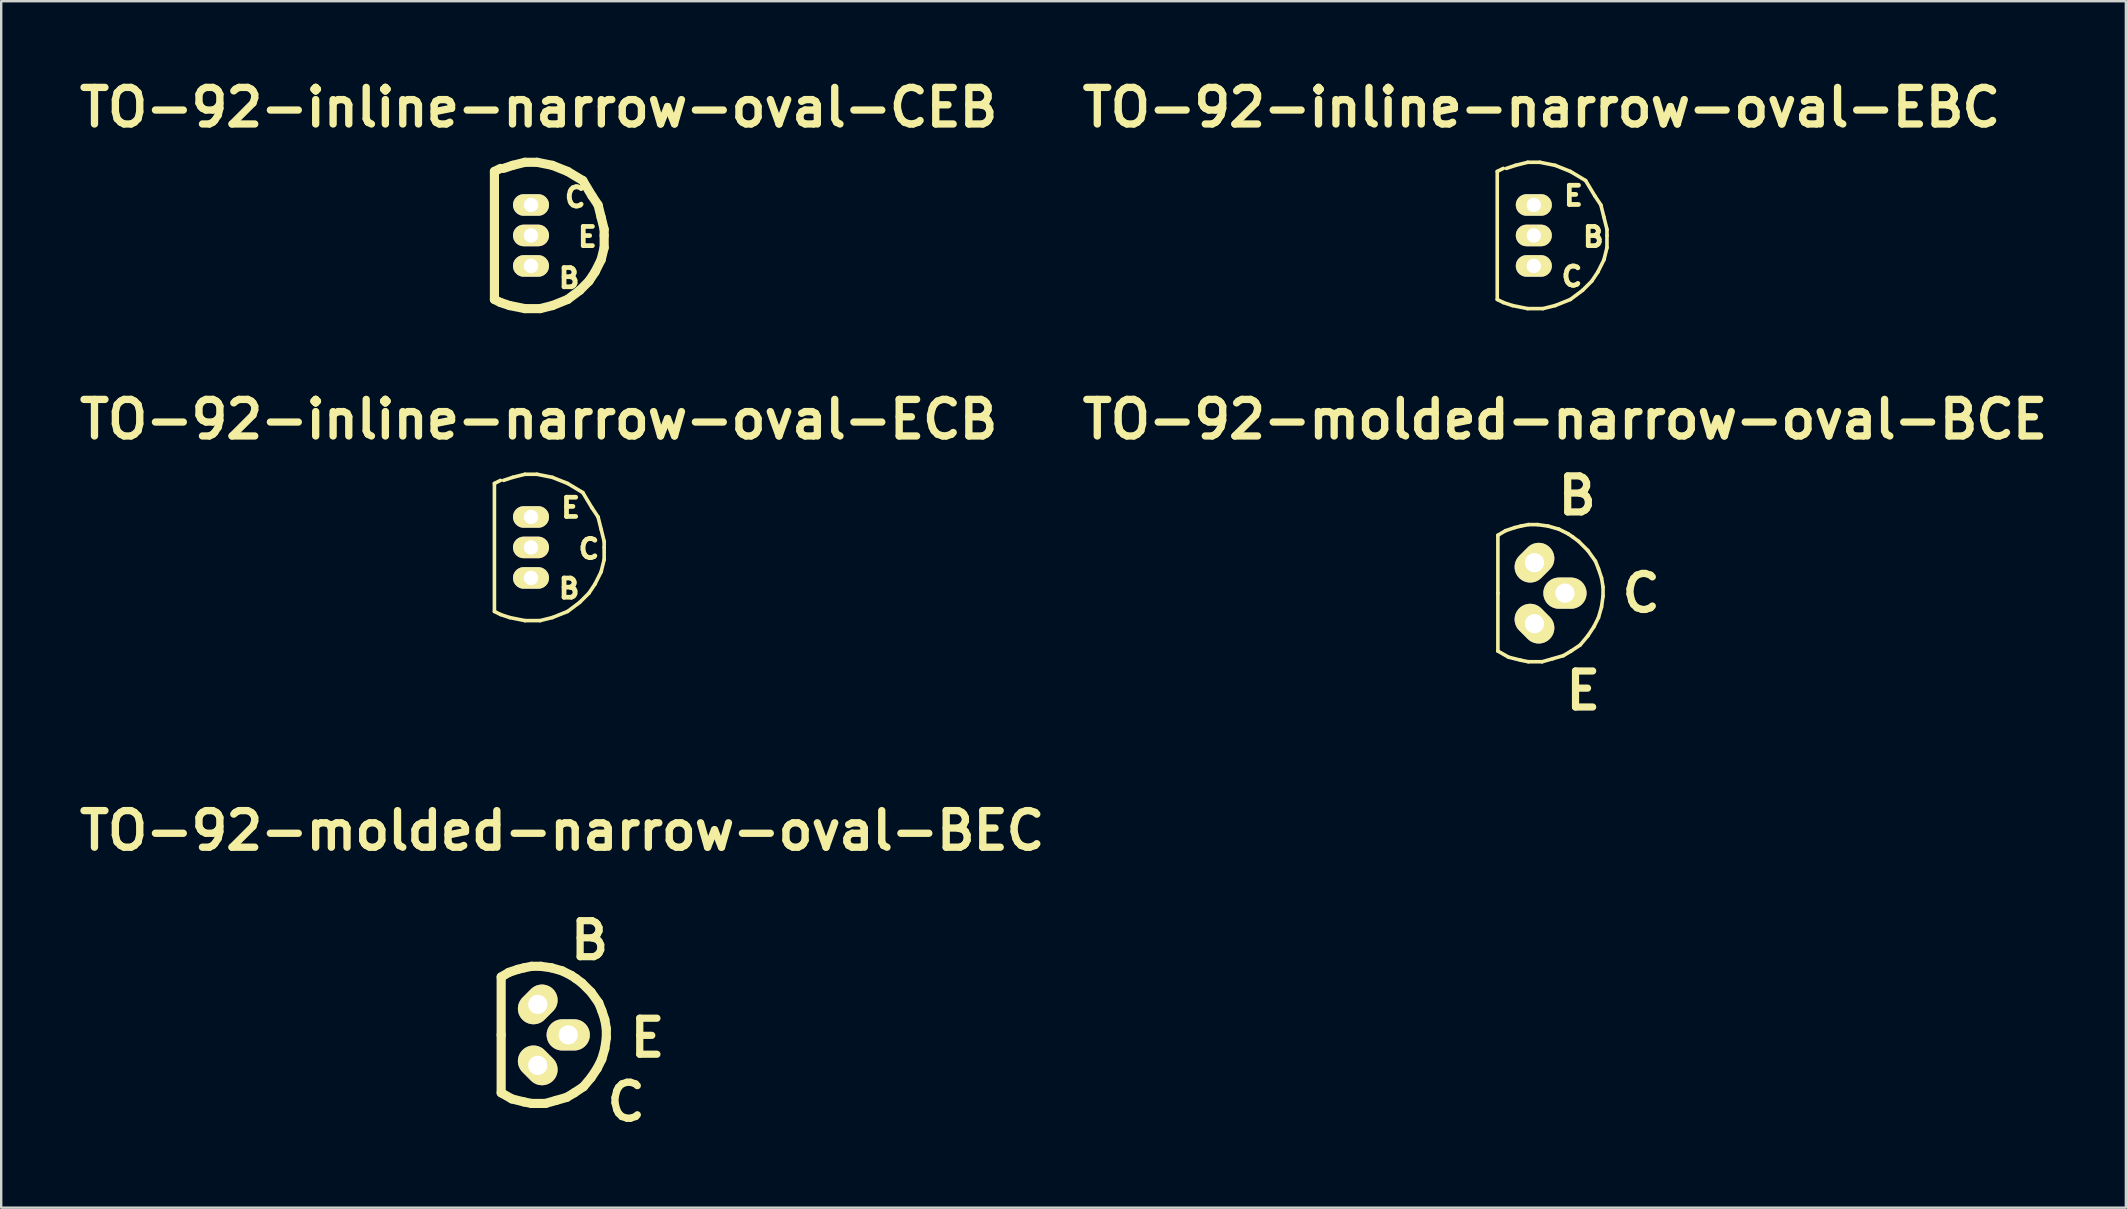
<source format=kicad_pcb>
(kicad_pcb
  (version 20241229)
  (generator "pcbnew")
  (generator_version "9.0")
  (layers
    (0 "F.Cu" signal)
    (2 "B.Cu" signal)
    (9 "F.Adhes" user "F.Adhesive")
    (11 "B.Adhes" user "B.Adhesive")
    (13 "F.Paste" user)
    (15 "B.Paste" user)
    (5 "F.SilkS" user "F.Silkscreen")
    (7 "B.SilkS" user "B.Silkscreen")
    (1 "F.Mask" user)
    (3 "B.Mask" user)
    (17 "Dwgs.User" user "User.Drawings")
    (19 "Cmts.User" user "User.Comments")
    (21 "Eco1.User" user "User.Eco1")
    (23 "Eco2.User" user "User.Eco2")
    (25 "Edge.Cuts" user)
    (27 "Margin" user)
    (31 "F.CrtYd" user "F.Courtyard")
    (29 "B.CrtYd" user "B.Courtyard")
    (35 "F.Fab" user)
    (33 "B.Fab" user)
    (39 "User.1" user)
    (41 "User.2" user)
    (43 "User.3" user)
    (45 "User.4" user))
  (footprint "TO-92-inline-narrow-oval-ECB"
    (layer "F.Cu")
    (at 19.074 19.759)
    (property "Reference" "TO-92-inline-narrow-oval-ECB" (at 0.318 -5.334 0) (layer "F.SilkS") (effects (font (size 1.524 1.524) (thickness 0.305))))
    (attr through_hole)
    (fp_line (start -1.524 -2.667) (end -1.524 2.667) (stroke (width 0.15) (type solid)) (layer "F.SilkS"))
    (fp_line (start -1.524 -2.667) (end -1.27 -2.794) (stroke (width 0.15) (type solid)) (layer "F.SilkS"))
    (fp_line (start -1.27 2.794) (end -1.524 2.667) (stroke (width 0.15) (type solid)) (layer "F.SilkS"))
    (fp_line (start -1.143 -2.794) (end -0.762 -2.921) (stroke (width 0.15) (type solid)) (layer "F.SilkS"))
    (fp_line (start -0.889 2.921) (end -1.27 2.794) (stroke (width 0.15) (type solid)) (layer "F.SilkS"))
    (fp_line (start -0.762 -2.921) (end -0.254 -3.048) (stroke (width 0.15) (type solid)) (layer "F.SilkS"))
    (fp_line (start -0.254 -3.048) (end 0.254 -3.048) (stroke (width 0.15) (type solid)) (layer "F.SilkS"))
    (fp_line (start -0.254 3.048) (end -0.889 2.921) (stroke (width 0.15) (type solid)) (layer "F.SilkS"))
    (fp_line (start 0.254 -3.048) (end 0.889 -2.921) (stroke (width 0.15) (type solid)) (layer "F.SilkS"))
    (fp_line (start 0.381 3.048) (end -0.254 3.048) (stroke (width 0.15) (type solid)) (layer "F.SilkS"))
    (fp_line (start 0.889 -2.921) (end 1.524 -2.667) (stroke (width 0.15) (type solid)) (layer "F.SilkS"))
    (fp_line (start 0.889 2.921) (end 0.381 3.048) (stroke (width 0.15) (type solid)) (layer "F.SilkS"))
    (fp_line (start 1.524 -2.667) (end 2.159 -2.286) (stroke (width 0.15) (type solid)) (layer "F.SilkS"))
    (fp_line (start 1.524 2.667) (end 0.889 2.921) (stroke (width 0.15) (type solid)) (layer "F.SilkS"))
    (fp_line (start 2.032 2.286) (end 1.524 2.667) (stroke (width 0.15) (type solid)) (layer "F.SilkS"))
    (fp_line (start 2.159 -2.286) (end 2.54 -1.651) (stroke (width 0.15) (type solid)) (layer "F.SilkS"))
    (fp_line (start 2.413 1.905) (end 2.032 2.286) (stroke (width 0.15) (type solid)) (layer "F.SilkS"))
    (fp_line (start 2.54 -1.651) (end 2.794 -1.27) (stroke (width 0.15) (type solid)) (layer "F.SilkS"))
    (fp_line (start 2.667 1.524) (end 2.413 1.905) (stroke (width 0.15) (type solid)) (layer "F.SilkS"))
    (fp_line (start 2.794 -1.27) (end 2.921 -0.762) (stroke (width 0.15) (type solid)) (layer "F.SilkS"))
    (fp_line (start 2.921 -0.762) (end 3.048 -0.254) (stroke (width 0.15) (type solid)) (layer "F.SilkS"))
    (fp_line (start 2.921 1.016) (end 2.667 1.524) (stroke (width 0.15) (type solid)) (layer "F.SilkS"))
    (fp_line (start 3.048 -0.254) (end 3.048 0) (stroke (width 0.15) (type solid)) (layer "F.SilkS"))
    (fp_line (start 3.048 0) (end 3.048 0.508) (stroke (width 0.15) (type solid)) (layer "F.SilkS"))
    (fp_line (start 3.048 0.508) (end 2.921 1.016) (stroke (width 0.15) (type solid)) (layer "F.SilkS"))
    (fp_text user "E" (at 1.651 -1.651 0) (layer "F.SilkS") (effects (font (size 0.8 0.8) (thickness 0.198))))
    (fp_text user "B" (at 1.587 1.714 0) (layer "F.SilkS") (effects (font (size 0.8 0.8) (thickness 0.198))))
    (fp_text user "C" (at 2.413 0.064 0) (layer "F.SilkS") (effects (font (size 0.8 0.8) (thickness 0.198))))
    (pad "B" thru_hole oval (at 0 1.27 90) (size 0.899 1.501) (drill 0.599) (layers "*.Cu" "*.Mask" "F.SilkS"))
    (pad "C" thru_hole oval (at 0 0 90) (size 0.899 1.501) (drill 0.599) (layers "*.Cu" "*.Mask" "F.SilkS"))
    (pad "E" thru_hole oval (at 0 -1.27 90) (size 0.899 1.501) (drill 0.599) (layers "*.Cu" "*.Mask" "F.SilkS")))
  (footprint "TO-92-inline-narrow-oval-EBC"
    (layer "F.Cu")
    (at 60.856 6.76)
    (property "Reference" "TO-92-inline-narrow-oval-EBC" (at 0.318 -5.334 0) (layer "F.SilkS") (effects (font (size 1.524 1.524) (thickness 0.305))))
    (attr through_hole)
    (fp_line (start -1.524 -2.667) (end -1.524 2.667) (stroke (width 0.15) (type solid)) (layer "F.SilkS"))
    (fp_line (start -1.524 -2.667) (end -1.27 -2.794) (stroke (width 0.15) (type solid)) (layer "F.SilkS"))
    (fp_line (start -1.27 2.794) (end -1.524 2.667) (stroke (width 0.15) (type solid)) (layer "F.SilkS"))
    (fp_line (start -1.143 -2.794) (end -0.762 -2.921) (stroke (width 0.15) (type solid)) (layer "F.SilkS"))
    (fp_line (start -0.889 2.921) (end -1.27 2.794) (stroke (width 0.15) (type solid)) (layer "F.SilkS"))
    (fp_line (start -0.762 -2.921) (end -0.254 -3.048) (stroke (width 0.15) (type solid)) (layer "F.SilkS"))
    (fp_line (start -0.254 -3.048) (end 0.254 -3.048) (stroke (width 0.15) (type solid)) (layer "F.SilkS"))
    (fp_line (start -0.254 3.048) (end -0.889 2.921) (stroke (width 0.15) (type solid)) (layer "F.SilkS"))
    (fp_line (start 0.254 -3.048) (end 0.889 -2.921) (stroke (width 0.15) (type solid)) (layer "F.SilkS"))
    (fp_line (start 0.381 3.048) (end -0.254 3.048) (stroke (width 0.15) (type solid)) (layer "F.SilkS"))
    (fp_line (start 0.889 -2.921) (end 1.524 -2.667) (stroke (width 0.15) (type solid)) (layer "F.SilkS"))
    (fp_line (start 0.889 2.921) (end 0.381 3.048) (stroke (width 0.15) (type solid)) (layer "F.SilkS"))
    (fp_line (start 1.524 -2.667) (end 2.159 -2.286) (stroke (width 0.15) (type solid)) (layer "F.SilkS"))
    (fp_line (start 1.524 2.667) (end 0.889 2.921) (stroke (width 0.15) (type solid)) (layer "F.SilkS"))
    (fp_line (start 2.032 2.286) (end 1.524 2.667) (stroke (width 0.15) (type solid)) (layer "F.SilkS"))
    (fp_line (start 2.159 -2.286) (end 2.54 -1.651) (stroke (width 0.15) (type solid)) (layer "F.SilkS"))
    (fp_line (start 2.413 1.905) (end 2.032 2.286) (stroke (width 0.15) (type solid)) (layer "F.SilkS"))
    (fp_line (start 2.54 -1.651) (end 2.794 -1.27) (stroke (width 0.15) (type solid)) (layer "F.SilkS"))
    (fp_line (start 2.667 1.524) (end 2.413 1.905) (stroke (width 0.15) (type solid)) (layer "F.SilkS"))
    (fp_line (start 2.794 -1.27) (end 2.921 -0.762) (stroke (width 0.15) (type solid)) (layer "F.SilkS"))
    (fp_line (start 2.921 -0.762) (end 3.048 -0.254) (stroke (width 0.15) (type solid)) (layer "F.SilkS"))
    (fp_line (start 2.921 1.016) (end 2.667 1.524) (stroke (width 0.15) (type solid)) (layer "F.SilkS"))
    (fp_line (start 3.048 -0.254) (end 3.048 0) (stroke (width 0.15) (type solid)) (layer "F.SilkS"))
    (fp_line (start 3.048 0) (end 3.048 0.508) (stroke (width 0.15) (type solid)) (layer "F.SilkS"))
    (fp_line (start 3.048 0.508) (end 2.921 1.016) (stroke (width 0.15) (type solid)) (layer "F.SilkS"))
    (fp_text user "B" (at 2.477 0.064 0) (layer "F.SilkS") (effects (font (size 0.8 0.8) (thickness 0.198))))
    (fp_text user "E" (at 1.651 -1.651 0) (layer "F.SilkS") (effects (font (size 0.8 0.8) (thickness 0.198))))
    (fp_text user "C" (at 1.587 1.714 0) (layer "F.SilkS") (effects (font (size 0.8 0.8) (thickness 0.198))))
    (pad "B" thru_hole oval (at 0 0 90) (size 0.899 1.501) (drill 0.599) (layers "*.Cu" "*.Mask" "F.SilkS"))
    (pad "C" thru_hole oval (at 0 1.27 90) (size 0.899 1.501) (drill 0.599) (layers "*.Cu" "*.Mask" "F.SilkS"))
    (pad "E" thru_hole oval (at 0 -1.27 90) (size 0.899 1.501) (drill 0.599) (layers "*.Cu" "*.Mask" "F.SilkS")))
  (footprint "TO-92-molded-narrow-oval-BEC"
    (layer "F.Cu")
    (at 19.355 40.068)
    (property "Reference" "TO-92-molded-narrow-oval-BEC" (at 1.016 -8.509 0) (layer "F.SilkS") (effects (font (size 1.524 1.524) (thickness 0.305))))
    (attr through_hole)
    (fp_line (start -1.524 -2.413) (end -1.206 -2.603) (stroke (width 0.381) (type solid)) (layer "F.SilkS"))
    (fp_line (start -1.524 0) (end -1.524 -2.413) (stroke (width 0.381) (type solid)) (layer "F.SilkS"))
    (fp_line (start -1.524 0) (end -1.524 2.413) (stroke (width 0.381) (type solid)) (layer "F.SilkS"))
    (fp_line (start -1.206 -2.603) (end -0.826 -2.731) (stroke (width 0.381) (type solid)) (layer "F.SilkS"))
    (fp_line (start -1.079 2.667) (end -1.524 2.413) (stroke (width 0.381) (type solid)) (layer "F.SilkS"))
    (fp_line (start -0.826 -2.731) (end -0.572 -2.794) (stroke (width 0.381) (type solid)) (layer "F.SilkS"))
    (fp_line (start -0.572 -2.794) (end -0.254 -2.857) (stroke (width 0.381) (type solid)) (layer "F.SilkS"))
    (fp_line (start -0.572 2.794) (end -1.079 2.667) (stroke (width 0.381) (type solid)) (layer "F.SilkS"))
    (fp_line (start -0.254 -2.857) (end 0.127 -2.857) (stroke (width 0.381) (type solid)) (layer "F.SilkS"))
    (fp_line (start -0.254 2.857) (end -0.572 2.794) (stroke (width 0.381) (type solid)) (layer "F.SilkS"))
    (fp_line (start 0.127 -2.857) (end 0.572 -2.794) (stroke (width 0.381) (type solid)) (layer "F.SilkS"))
    (fp_line (start 0.318 2.857) (end -0.254 2.857) (stroke (width 0.381) (type solid)) (layer "F.SilkS"))
    (fp_line (start 0.572 -2.794) (end 1.016 -2.667) (stroke (width 0.381) (type solid)) (layer "F.SilkS"))
    (fp_line (start 0.762 2.731) (end 0.318 2.857) (stroke (width 0.381) (type solid)) (layer "F.SilkS"))
    (fp_line (start 1.016 -2.667) (end 1.397 -2.477) (stroke (width 0.381) (type solid)) (layer "F.SilkS"))
    (fp_line (start 1.206 2.603) (end 0.762 2.731) (stroke (width 0.381) (type solid)) (layer "F.SilkS"))
    (fp_line (start 1.397 -2.477) (end 1.587 -2.349) (stroke (width 0.381) (type solid)) (layer "F.SilkS"))
    (fp_line (start 1.524 2.413) (end 1.206 2.603) (stroke (width 0.381) (type solid)) (layer "F.SilkS"))
    (fp_line (start 1.587 -2.349) (end 1.841 -2.159) (stroke (width 0.381) (type solid)) (layer "F.SilkS"))
    (fp_line (start 1.841 -2.159) (end 2.223 -1.778) (stroke (width 0.381) (type solid)) (layer "F.SilkS"))
    (fp_line (start 1.905 2.159) (end 1.524 2.413) (stroke (width 0.381) (type solid)) (layer "F.SilkS"))
    (fp_line (start 2.223 -1.778) (end 2.54 -1.333) (stroke (width 0.381) (type solid)) (layer "F.SilkS"))
    (fp_line (start 2.223 1.778) (end 1.905 2.159) (stroke (width 0.381) (type solid)) (layer "F.SilkS"))
    (fp_line (start 2.477 1.397) (end 2.223 1.778) (stroke (width 0.381) (type solid)) (layer "F.SilkS"))
    (fp_line (start 2.54 -1.333) (end 2.667 -1.016) (stroke (width 0.381) (type solid)) (layer "F.SilkS"))
    (fp_line (start 2.667 -1.016) (end 2.794 -0.635) (stroke (width 0.381) (type solid)) (layer "F.SilkS"))
    (fp_line (start 2.667 1.016) (end 2.477 1.397) (stroke (width 0.381) (type solid)) (layer "F.SilkS"))
    (fp_line (start 2.794 -0.635) (end 2.857 -0.254) (stroke (width 0.381) (type solid)) (layer "F.SilkS"))
    (fp_line (start 2.794 0.572) (end 2.667 1.016) (stroke (width 0.381) (type solid)) (layer "F.SilkS"))
    (fp_line (start 2.857 -0.254) (end 2.857 0.127) (stroke (width 0.381) (type solid)) (layer "F.SilkS"))
    (fp_line (start 2.857 0.127) (end 2.794 0.572) (stroke (width 0.381) (type solid)) (layer "F.SilkS"))
    (fp_text user "E" (at 4.572 0.127 0) (layer "F.SilkS") (effects (font (size 1.501 1.501) (thickness 0.3))))
    (fp_text user "B" (at 2.159 -3.937 0) (layer "F.SilkS") (effects (font (size 1.501 1.501) (thickness 0.3))))
    (fp_text user "C" (at 3.683 2.794 0) (layer "F.SilkS") (effects (font (size 1.501 1.501) (thickness 0.3))))
    (pad "B" thru_hole oval (at 0 -1.27 315) (size 1.3 1.801) (drill 0.8) (layers "*.Cu" "*.Mask" "F.SilkS"))
    (pad "C" thru_hole oval (at 0 1.27 315) (size 1.801 1.3) (drill 0.8) (layers "*.Cu" "*.Mask" "F.SilkS"))
    (pad "E" thru_hole oval (at 1.27 0) (size 1.801 1.3) (drill 0.8) (layers "*.Cu" "*.Mask" "F.SilkS")))
  (footprint "TO-92-molded-narrow-oval-BCE"
    (layer "F.Cu")
    (at 60.883 21.664)
    (property "Reference" "TO-92-molded-narrow-oval-BCE" (at 1.27 -7.239 0) (layer "F.SilkS") (effects (font (size 1.524 1.524) (thickness 0.305))))
    (attr through_hole)
    (fp_line (start -1.524 -2.413) (end -1.206 -2.603) (stroke (width 0.15) (type solid)) (layer "F.SilkS"))
    (fp_line (start -1.524 0) (end -1.524 -2.413) (stroke (width 0.15) (type solid)) (layer "F.SilkS"))
    (fp_line (start -1.524 0) (end -1.524 2.413) (stroke (width 0.15) (type solid)) (layer "F.SilkS"))
    (fp_line (start -1.206 -2.603) (end -0.826 -2.731) (stroke (width 0.15) (type solid)) (layer "F.SilkS"))
    (fp_line (start -1.079 2.667) (end -1.524 2.413) (stroke (width 0.15) (type solid)) (layer "F.SilkS"))
    (fp_line (start -0.826 -2.731) (end -0.572 -2.794) (stroke (width 0.15) (type solid)) (layer "F.SilkS"))
    (fp_line (start -0.572 -2.794) (end -0.254 -2.857) (stroke (width 0.15) (type solid)) (layer "F.SilkS"))
    (fp_line (start -0.572 2.794) (end -1.079 2.667) (stroke (width 0.15) (type solid)) (layer "F.SilkS"))
    (fp_line (start -0.254 -2.857) (end 0.127 -2.857) (stroke (width 0.15) (type solid)) (layer "F.SilkS"))
    (fp_line (start -0.254 2.857) (end -0.572 2.794) (stroke (width 0.15) (type solid)) (layer "F.SilkS"))
    (fp_line (start 0.127 -2.857) (end 0.572 -2.794) (stroke (width 0.15) (type solid)) (layer "F.SilkS"))
    (fp_line (start 0.318 2.857) (end -0.254 2.857) (stroke (width 0.15) (type solid)) (layer "F.SilkS"))
    (fp_line (start 0.572 -2.794) (end 1.016 -2.667) (stroke (width 0.15) (type solid)) (layer "F.SilkS"))
    (fp_line (start 0.762 2.731) (end 0.318 2.857) (stroke (width 0.15) (type solid)) (layer "F.SilkS"))
    (fp_line (start 1.016 -2.667) (end 1.397 -2.477) (stroke (width 0.15) (type solid)) (layer "F.SilkS"))
    (fp_line (start 1.206 2.603) (end 0.762 2.731) (stroke (width 0.15) (type solid)) (layer "F.SilkS"))
    (fp_line (start 1.397 -2.477) (end 1.587 -2.349) (stroke (width 0.15) (type solid)) (layer "F.SilkS"))
    (fp_line (start 1.524 2.413) (end 1.206 2.603) (stroke (width 0.15) (type solid)) (layer "F.SilkS"))
    (fp_line (start 1.587 -2.349) (end 1.841 -2.159) (stroke (width 0.15) (type solid)) (layer "F.SilkS"))
    (fp_line (start 1.841 -2.159) (end 2.223 -1.778) (stroke (width 0.15) (type solid)) (layer "F.SilkS"))
    (fp_line (start 1.905 2.159) (end 1.524 2.413) (stroke (width 0.15) (type solid)) (layer "F.SilkS"))
    (fp_line (start 2.223 -1.778) (end 2.54 -1.333) (stroke (width 0.15) (type solid)) (layer "F.SilkS"))
    (fp_line (start 2.223 1.778) (end 1.905 2.159) (stroke (width 0.15) (type solid)) (layer "F.SilkS"))
    (fp_line (start 2.477 1.397) (end 2.223 1.778) (stroke (width 0.15) (type solid)) (layer "F.SilkS"))
    (fp_line (start 2.54 -1.333) (end 2.667 -1.016) (stroke (width 0.15) (type solid)) (layer "F.SilkS"))
    (fp_line (start 2.667 -1.016) (end 2.794 -0.635) (stroke (width 0.15) (type solid)) (layer "F.SilkS"))
    (fp_line (start 2.667 1.016) (end 2.477 1.397) (stroke (width 0.15) (type solid)) (layer "F.SilkS"))
    (fp_line (start 2.794 -0.635) (end 2.857 -0.254) (stroke (width 0.15) (type solid)) (layer "F.SilkS"))
    (fp_line (start 2.794 0.572) (end 2.667 1.016) (stroke (width 0.15) (type solid)) (layer "F.SilkS"))
    (fp_line (start 2.857 -0.254) (end 2.857 0.127) (stroke (width 0.15) (type solid)) (layer "F.SilkS"))
    (fp_line (start 2.857 0.127) (end 2.794 0.572) (stroke (width 0.15) (type solid)) (layer "F.SilkS"))
    (fp_text user "B" (at 1.778 -4.064 0) (layer "F.SilkS") (effects (font (size 1.501 1.501) (thickness 0.3))))
    (fp_text user "E" (at 2.032 4.064 0) (layer "F.SilkS") (effects (font (size 1.501 1.501) (thickness 0.3))))
    (fp_text user "C" (at 4.445 0 0) (layer "F.SilkS") (effects (font (size 1.501 1.501) (thickness 0.3))))
    (pad "B" thru_hole oval (at 0 -1.27 315) (size 1.3 1.801) (drill 0.8) (layers "*.Cu" "*.Mask" "F.SilkS"))
    (pad "C" thru_hole oval (at 1.27 0) (size 1.801 1.3) (drill 0.8) (layers "*.Cu" "*.Mask" "F.SilkS"))
    (pad "E" thru_hole oval (at 0 1.27 315) (size 1.801 1.3) (drill 0.8) (layers "*.Cu" "*.Mask" "F.SilkS")))
  (footprint "TO-92-inline-narrow-oval-CEB"
    (layer "F.Cu")
    (at 19.074 6.76)
    (property "Reference" "TO-92-inline-narrow-oval-CEB" (at 0.318 -5.334 0) (layer "F.SilkS") (effects (font (size 1.524 1.524) (thickness 0.305))))
    (attr through_hole)
    (fp_line (start -1.524 -2.667) (end -1.524 2.667) (stroke (width 0.381) (type solid)) (layer "F.SilkS"))
    (fp_line (start -1.524 -2.667) (end -1.27 -2.794) (stroke (width 0.381) (type solid)) (layer "F.SilkS"))
    (fp_line (start -1.27 2.794) (end -1.524 2.667) (stroke (width 0.381) (type solid)) (layer "F.SilkS"))
    (fp_line (start -1.143 -2.794) (end -0.762 -2.921) (stroke (width 0.381) (type solid)) (layer "F.SilkS"))
    (fp_line (start -0.889 2.921) (end -1.27 2.794) (stroke (width 0.381) (type solid)) (layer "F.SilkS"))
    (fp_line (start -0.762 -2.921) (end -0.254 -3.048) (stroke (width 0.381) (type solid)) (layer "F.SilkS"))
    (fp_line (start -0.254 -3.048) (end 0.254 -3.048) (stroke (width 0.381) (type solid)) (layer "F.SilkS"))
    (fp_line (start -0.254 3.048) (end -0.889 2.921) (stroke (width 0.381) (type solid)) (layer "F.SilkS"))
    (fp_line (start 0.254 -3.048) (end 0.889 -2.921) (stroke (width 0.381) (type solid)) (layer "F.SilkS"))
    (fp_line (start 0.381 3.048) (end -0.254 3.048) (stroke (width 0.381) (type solid)) (layer "F.SilkS"))
    (fp_line (start 0.889 -2.921) (end 1.524 -2.667) (stroke (width 0.381) (type solid)) (layer "F.SilkS"))
    (fp_line (start 0.889 2.921) (end 0.381 3.048) (stroke (width 0.381) (type solid)) (layer "F.SilkS"))
    (fp_line (start 1.524 -2.667) (end 2.159 -2.286) (stroke (width 0.381) (type solid)) (layer "F.SilkS"))
    (fp_line (start 1.524 2.667) (end 0.889 2.921) (stroke (width 0.381) (type solid)) (layer "F.SilkS"))
    (fp_line (start 2.032 2.286) (end 1.524 2.667) (stroke (width 0.381) (type solid)) (layer "F.SilkS"))
    (fp_line (start 2.159 -2.286) (end 2.54 -1.651) (stroke (width 0.381) (type solid)) (layer "F.SilkS"))
    (fp_line (start 2.413 1.905) (end 2.032 2.286) (stroke (width 0.381) (type solid)) (layer "F.SilkS"))
    (fp_line (start 2.54 -1.651) (end 2.794 -1.27) (stroke (width 0.381) (type solid)) (layer "F.SilkS"))
    (fp_line (start 2.667 1.524) (end 2.413 1.905) (stroke (width 0.381) (type solid)) (layer "F.SilkS"))
    (fp_line (start 2.794 -1.27) (end 2.921 -0.762) (stroke (width 0.381) (type solid)) (layer "F.SilkS"))
    (fp_line (start 2.921 -0.762) (end 3.048 -0.254) (stroke (width 0.381) (type solid)) (layer "F.SilkS"))
    (fp_line (start 2.921 1.016) (end 2.667 1.524) (stroke (width 0.381) (type solid)) (layer "F.SilkS"))
    (fp_line (start 3.048 -0.254) (end 3.048 0) (stroke (width 0.381) (type solid)) (layer "F.SilkS"))
    (fp_line (start 3.048 0) (end 3.048 0.508) (stroke (width 0.381) (type solid)) (layer "F.SilkS"))
    (fp_line (start 3.048 0.508) (end 2.921 1.016) (stroke (width 0.381) (type solid)) (layer "F.SilkS"))
    (fp_text user "E" (at 2.349 0.064 0) (layer "F.SilkS") (effects (font (size 0.8 0.8) (thickness 0.198))))
    (fp_text user "C" (at 1.841 -1.587 0) (layer "F.SilkS") (effects (font (size 0.8 0.8) (thickness 0.198))))
    (fp_text user "B" (at 1.587 1.778 0) (layer "F.SilkS") (effects (font (size 0.8 0.8) (thickness 0.198))))
    (pad "B" thru_hole oval (at 0 1.27 90) (size 0.899 1.501) (drill 0.599) (layers "*.Cu" "*.Mask" "F.SilkS"))
    (pad "C" thru_hole oval (at 0 -1.27 90) (size 0.899 1.501) (drill 0.599) (layers "*.Cu" "*.Mask" "F.SilkS"))
    (pad "E" thru_hole oval (at 0 0 90) (size 0.899 1.501) (drill 0.599) (layers "*.Cu" "*.Mask" "F.SilkS")))
  (gr_rect
    (start -3 -3)
    (end 85.524 47.266)
    (stroke (width 0.1) (type default))
    (fill no)
    (layer "Edge.Cuts")))
</source>
